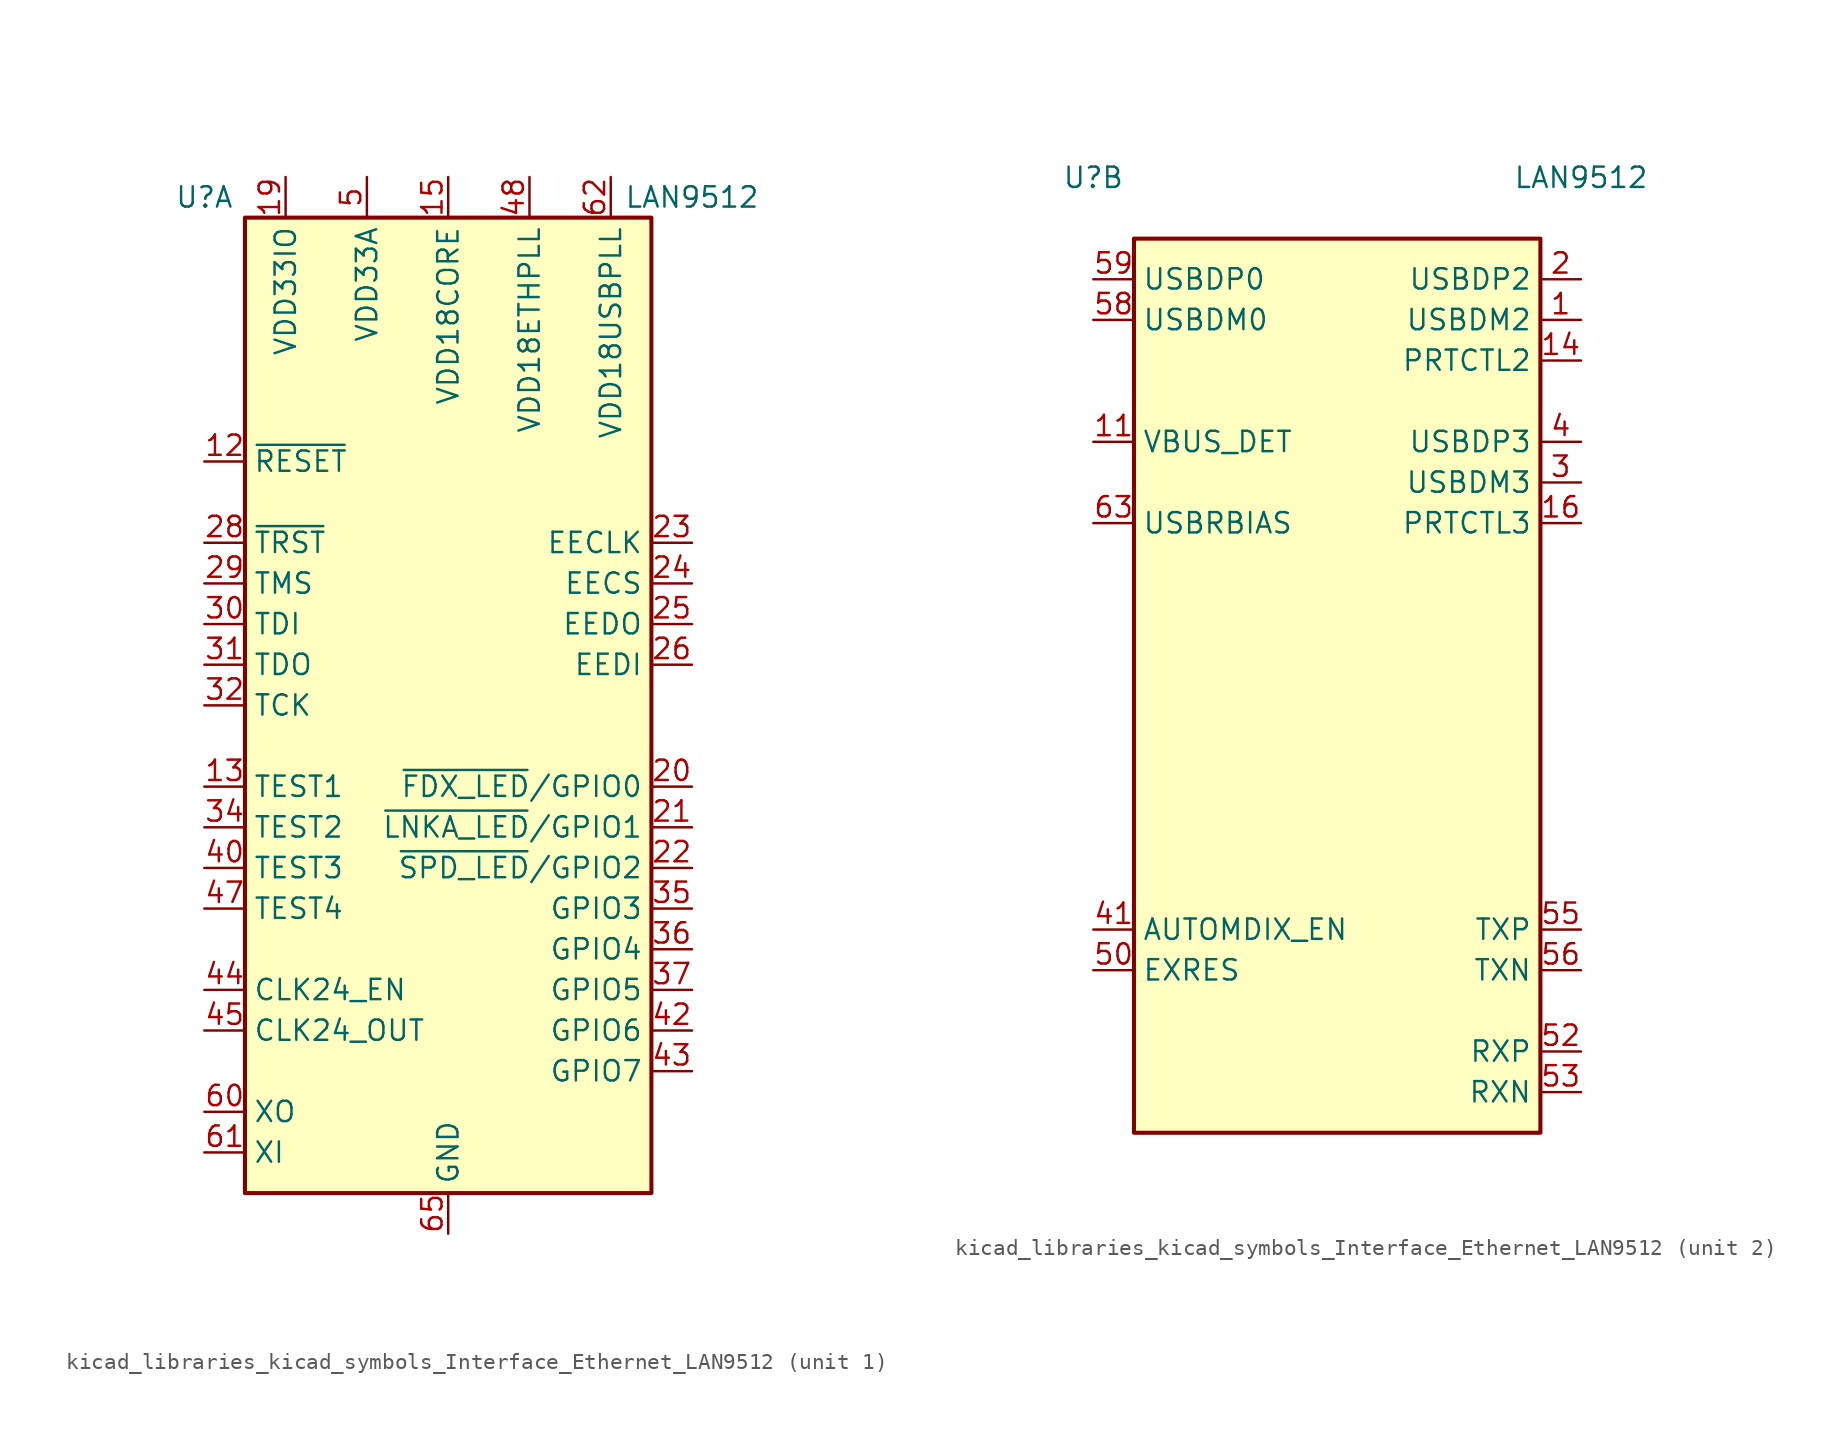
<source format=kicad_sym>
(kicad_symbol_lib
  (version 20220914)
  (generator kicad_symbol_editor)
  (symbol "kicad_libraries_kicad_symbols_Interface_Ethernet_LAN9512"
    (property "Reference" "U"
      (at -15.24 31.75 0)
      (effects (font (size 1.27 1.27))))
    (property "Value" "LAN9512"
      (at 15.24 31.75 0)
      (effects (font (size 1.27 1.27))))
    (property "ki_locked" ""
      (at 0 0 0)
      (effects (font (size 1.27 1.27))))
    (symbol "kicad_libraries_kicad_symbols_Interface_Ethernet_LAN9512_1_1"
      (rectangle (start -12.7 30.48) (end 12.7 -30.48) (stroke (width 0.254) (type default)) (fill (type background)))
      (pin passive line (at -5.08 33.02 270) (length 2.54) hide (name "VDD33A" (effects (font (size 1.27 1.27)))) (number "10" (effects (font (size 1.27 1.27)))))
      (pin input line (at -15.24 15.24 0) (length 2.54) (name "~{RESET}" (effects (font (size 1.27 1.27)))) (number "12" (effects (font (size 1.27 1.27)))))
      (pin input line (at -15.24 -5.08 0) (length 2.54) (name "TEST1" (effects (font (size 1.27 1.27)))) (number "13" (effects (font (size 1.27 1.27)))))
      (pin power_in line (at 0 33.02 270) (length 2.54) (name "VDD18CORE" (effects (font (size 1.27 1.27)))) (number "15" (effects (font (size 1.27 1.27)))))
      (pin power_in line (at -10.16 33.02 270) (length 2.54) (name "VDD33IO" (effects (font (size 1.27 1.27)))) (number "19" (effects (font (size 1.27 1.27)))))
      (pin bidirectional line (at 15.24 -5.08 180) (length 2.54) (name "~{FDX_LED}/GPIO0" (effects (font (size 1.27 1.27)))) (number "20" (effects (font (size 1.27 1.27)))))
      (pin bidirectional line (at 15.24 -7.62 180) (length 2.54) (name "~{LNKA_LED}/GPIO1" (effects (font (size 1.27 1.27)))) (number "21" (effects (font (size 1.27 1.27)))))
      (pin bidirectional line (at 15.24 -10.16 180) (length 2.54) (name "~{SPD_LED}/GPIO2" (effects (font (size 1.27 1.27)))) (number "22" (effects (font (size 1.27 1.27)))))
      (pin output line (at 15.24 10.16 180) (length 2.54) (name "EECLK" (effects (font (size 1.27 1.27)))) (number "23" (effects (font (size 1.27 1.27)))))
      (pin output line (at 15.24 7.62 180) (length 2.54) (name "EECS" (effects (font (size 1.27 1.27)))) (number "24" (effects (font (size 1.27 1.27)))))
      (pin output line (at 15.24 5.08 180) (length 2.54) (name "EEDO" (effects (font (size 1.27 1.27)))) (number "25" (effects (font (size 1.27 1.27)))))
      (pin input line (at 15.24 2.54 180) (length 2.54) (name "EEDI" (effects (font (size 1.27 1.27)))) (number "26" (effects (font (size 1.27 1.27)))))
      (pin passive line (at -10.16 33.02 270) (length 2.54) hide (name "VDD33IO" (effects (font (size 1.27 1.27)))) (number "27" (effects (font (size 1.27 1.27)))))
      (pin input line (at -15.24 10.16 0) (length 2.54) (name "~{TRST}" (effects (font (size 1.27 1.27)))) (number "28" (effects (font (size 1.27 1.27)))))
      (pin input line (at -15.24 7.62 0) (length 2.54) (name "TMS" (effects (font (size 1.27 1.27)))) (number "29" (effects (font (size 1.27 1.27)))))
      (pin input line (at -15.24 5.08 0) (length 2.54) (name "TDI" (effects (font (size 1.27 1.27)))) (number "30" (effects (font (size 1.27 1.27)))))
      (pin output line (at -15.24 2.54 0) (length 2.54) (name "TDO" (effects (font (size 1.27 1.27)))) (number "31" (effects (font (size 1.27 1.27)))))
      (pin input line (at -15.24 0 0) (length 2.54) (name "TCK" (effects (font (size 1.27 1.27)))) (number "32" (effects (font (size 1.27 1.27)))))
      (pin passive line (at -10.16 33.02 270) (length 2.54) hide (name "VDD33IO" (effects (font (size 1.27 1.27)))) (number "33" (effects (font (size 1.27 1.27)))))
      (pin input line (at -15.24 -7.62 0) (length 2.54) (name "TEST2" (effects (font (size 1.27 1.27)))) (number "34" (effects (font (size 1.27 1.27)))))
      (pin bidirectional line (at 15.24 -12.7 180) (length 2.54) (name "GPIO3" (effects (font (size 1.27 1.27)))) (number "35" (effects (font (size 1.27 1.27)))))
      (pin bidirectional line (at 15.24 -15.24 180) (length 2.54) (name "GPIO4" (effects (font (size 1.27 1.27)))) (number "36" (effects (font (size 1.27 1.27)))))
      (pin bidirectional line (at 15.24 -17.78 180) (length 2.54) (name "GPIO5" (effects (font (size 1.27 1.27)))) (number "37" (effects (font (size 1.27 1.27)))))
      (pin passive line (at 0 33.02 270) (length 2.54) hide (name "VDD18CORE" (effects (font (size 1.27 1.27)))) (number "38" (effects (font (size 1.27 1.27)))))
      (pin passive line (at -10.16 33.02 270) (length 2.54) hide (name "VDD33IO" (effects (font (size 1.27 1.27)))) (number "39" (effects (font (size 1.27 1.27)))))
      (pin input line (at -15.24 -10.16 0) (length 2.54) (name "TEST3" (effects (font (size 1.27 1.27)))) (number "40" (effects (font (size 1.27 1.27)))))
      (pin bidirectional line (at 15.24 -20.32 180) (length 2.54) (name "GPIO6" (effects (font (size 1.27 1.27)))) (number "42" (effects (font (size 1.27 1.27)))))
      (pin bidirectional line (at 15.24 -22.86 180) (length 2.54) (name "GPIO7" (effects (font (size 1.27 1.27)))) (number "43" (effects (font (size 1.27 1.27)))))
      (pin input line (at -15.24 -17.78 0) (length 2.54) (name "CLK24_EN" (effects (font (size 1.27 1.27)))) (number "44" (effects (font (size 1.27 1.27)))))
      (pin output line (at -15.24 -20.32 0) (length 2.54) (name "CLK24_OUT" (effects (font (size 1.27 1.27)))) (number "45" (effects (font (size 1.27 1.27)))))
      (pin passive line (at -10.16 33.02 270) (length 2.54) hide (name "VDD33IO" (effects (font (size 1.27 1.27)))) (number "46" (effects (font (size 1.27 1.27)))))
      (pin input line (at -15.24 -12.7 0) (length 2.54) (name "TEST4" (effects (font (size 1.27 1.27)))) (number "47" (effects (font (size 1.27 1.27)))))
      (pin power_in line (at 5.08 33.02 270) (length 2.54) (name "VDD18ETHPLL" (effects (font (size 1.27 1.27)))) (number "48" (effects (font (size 1.27 1.27)))))
      (pin passive line (at -5.08 33.02 270) (length 2.54) hide (name "VDD33A" (effects (font (size 1.27 1.27)))) (number "49" (effects (font (size 1.27 1.27)))))
      (pin power_in line (at -5.08 33.02 270) (length 2.54) (name "VDD33A" (effects (font (size 1.27 1.27)))) (number "5" (effects (font (size 1.27 1.27)))))
      (pin passive line (at -5.08 33.02 270) (length 2.54) hide (name "VDD33A" (effects (font (size 1.27 1.27)))) (number "51" (effects (font (size 1.27 1.27)))))
      (pin passive line (at -5.08 33.02 270) (length 2.54) hide (name "VDD33A" (effects (font (size 1.27 1.27)))) (number "54" (effects (font (size 1.27 1.27)))))
      (pin passive line (at -5.08 33.02 270) (length 2.54) hide (name "VDD33A" (effects (font (size 1.27 1.27)))) (number "57" (effects (font (size 1.27 1.27)))))
      (pin input line (at -15.24 -25.4 0) (length 2.54) (name "XO" (effects (font (size 1.27 1.27)))) (number "60" (effects (font (size 1.27 1.27)))))
      (pin input line (at -15.24 -27.94 0) (length 2.54) (name "XI" (effects (font (size 1.27 1.27)))) (number "61" (effects (font (size 1.27 1.27)))))
      (pin power_in line (at 10.16 33.02 270) (length 2.54) (name "VDD18USBPLL" (effects (font (size 1.27 1.27)))) (number "62" (effects (font (size 1.27 1.27)))))
      (pin passive line (at -5.08 33.02 270) (length 2.54) hide (name "VDD33A" (effects (font (size 1.27 1.27)))) (number "64" (effects (font (size 1.27 1.27)))))
      (pin power_in line (at 0 -33.02 90) (length 2.54) (name "GND" (effects (font (size 1.27 1.27)))) (number "65" (effects (font (size 1.27 1.27))))))
    (symbol "kicad_libraries_kicad_symbols_Interface_Ethernet_LAN9512_2_1"
      (rectangle (start 12.7 -27.94) (end -12.7 27.94) (stroke (width 0.254) (type default)) (fill (type background)))
      (pin bidirectional line (at 15.24 22.86 180) (length 2.54) (name "USBDM2" (effects (font (size 1.27 1.27)))) (number "1" (effects (font (size 1.27 1.27)))))
      (pin input line (at -15.24 15.24 0) (length 2.54) (name "VBUS_DET" (effects (font (size 1.27 1.27)))) (number "11" (effects (font (size 1.27 1.27)))))
      (pin bidirectional line (at 15.24 20.32 180) (length 2.54) (name "PRTCTL2" (effects (font (size 1.27 1.27)))) (number "14" (effects (font (size 1.27 1.27)))))
      (pin bidirectional line (at 15.24 10.16 180) (length 2.54) (name "PRTCTL3" (effects (font (size 1.27 1.27)))) (number "16" (effects (font (size 1.27 1.27)))))
      (pin no_connect line (at 12.7 0 180) (length 2.54) hide (name "NC" (effects (font (size 1.27 1.27)))) (number "17" (effects (font (size 1.27 1.27)))))
      (pin no_connect line (at 12.7 -10.16 180) (length 2.54) hide (name "NC" (effects (font (size 1.27 1.27)))) (number "18" (effects (font (size 1.27 1.27)))))
      (pin bidirectional line (at 15.24 25.4 180) (length 2.54) (name "USBDP2" (effects (font (size 1.27 1.27)))) (number "2" (effects (font (size 1.27 1.27)))))
      (pin bidirectional line (at 15.24 12.7 180) (length 2.54) (name "USBDM3" (effects (font (size 1.27 1.27)))) (number "3" (effects (font (size 1.27 1.27)))))
      (pin bidirectional line (at 15.24 15.24 180) (length 2.54) (name "USBDP3" (effects (font (size 1.27 1.27)))) (number "4" (effects (font (size 1.27 1.27)))))
      (pin input line (at -15.24 -15.24 0) (length 2.54) (name "AUTOMDIX_EN" (effects (font (size 1.27 1.27)))) (number "41" (effects (font (size 1.27 1.27)))))
      (pin input line (at -15.24 -17.78 0) (length 2.54) (name "EXRES" (effects (font (size 1.27 1.27)))) (number "50" (effects (font (size 1.27 1.27)))))
      (pin input line (at 15.24 -22.86 180) (length 2.54) (name "RXP" (effects (font (size 1.27 1.27)))) (number "52" (effects (font (size 1.27 1.27)))))
      (pin input line (at 15.24 -25.4 180) (length 2.54) (name "RXN" (effects (font (size 1.27 1.27)))) (number "53" (effects (font (size 1.27 1.27)))))
      (pin output line (at 15.24 -15.24 180) (length 2.54) (name "TXP" (effects (font (size 1.27 1.27)))) (number "55" (effects (font (size 1.27 1.27)))))
      (pin output line (at 15.24 -17.78 180) (length 2.54) (name "TXN" (effects (font (size 1.27 1.27)))) (number "56" (effects (font (size 1.27 1.27)))))
      (pin bidirectional line (at -15.24 22.86 0) (length 2.54) (name "USBDM0" (effects (font (size 1.27 1.27)))) (number "58" (effects (font (size 1.27 1.27)))))
      (pin bidirectional line (at -15.24 25.4 0) (length 2.54) (name "USBDP0" (effects (font (size 1.27 1.27)))) (number "59" (effects (font (size 1.27 1.27)))))
      (pin no_connect line (at 12.7 2.54 180) (length 2.54) hide (name "NC" (effects (font (size 1.27 1.27)))) (number "6" (effects (font (size 1.27 1.27)))))
      (pin input line (at -15.24 10.16 0) (length 2.54) (name "USBRBIAS" (effects (font (size 1.27 1.27)))) (number "63" (effects (font (size 1.27 1.27)))))
      (pin no_connect line (at 12.7 5.08 180) (length 2.54) hide (name "NC" (effects (font (size 1.27 1.27)))) (number "7" (effects (font (size 1.27 1.27)))))
      (pin no_connect line (at 12.7 -7.62 180) (length 2.54) hide (name "NC" (effects (font (size 1.27 1.27)))) (number "8" (effects (font (size 1.27 1.27)))))
      (pin no_connect line (at 12.7 -5.08 180) (length 2.54) hide (name "NC" (effects (font (size 1.27 1.27)))) (number "9" (effects (font (size 1.27 1.27))))))))
</source>
